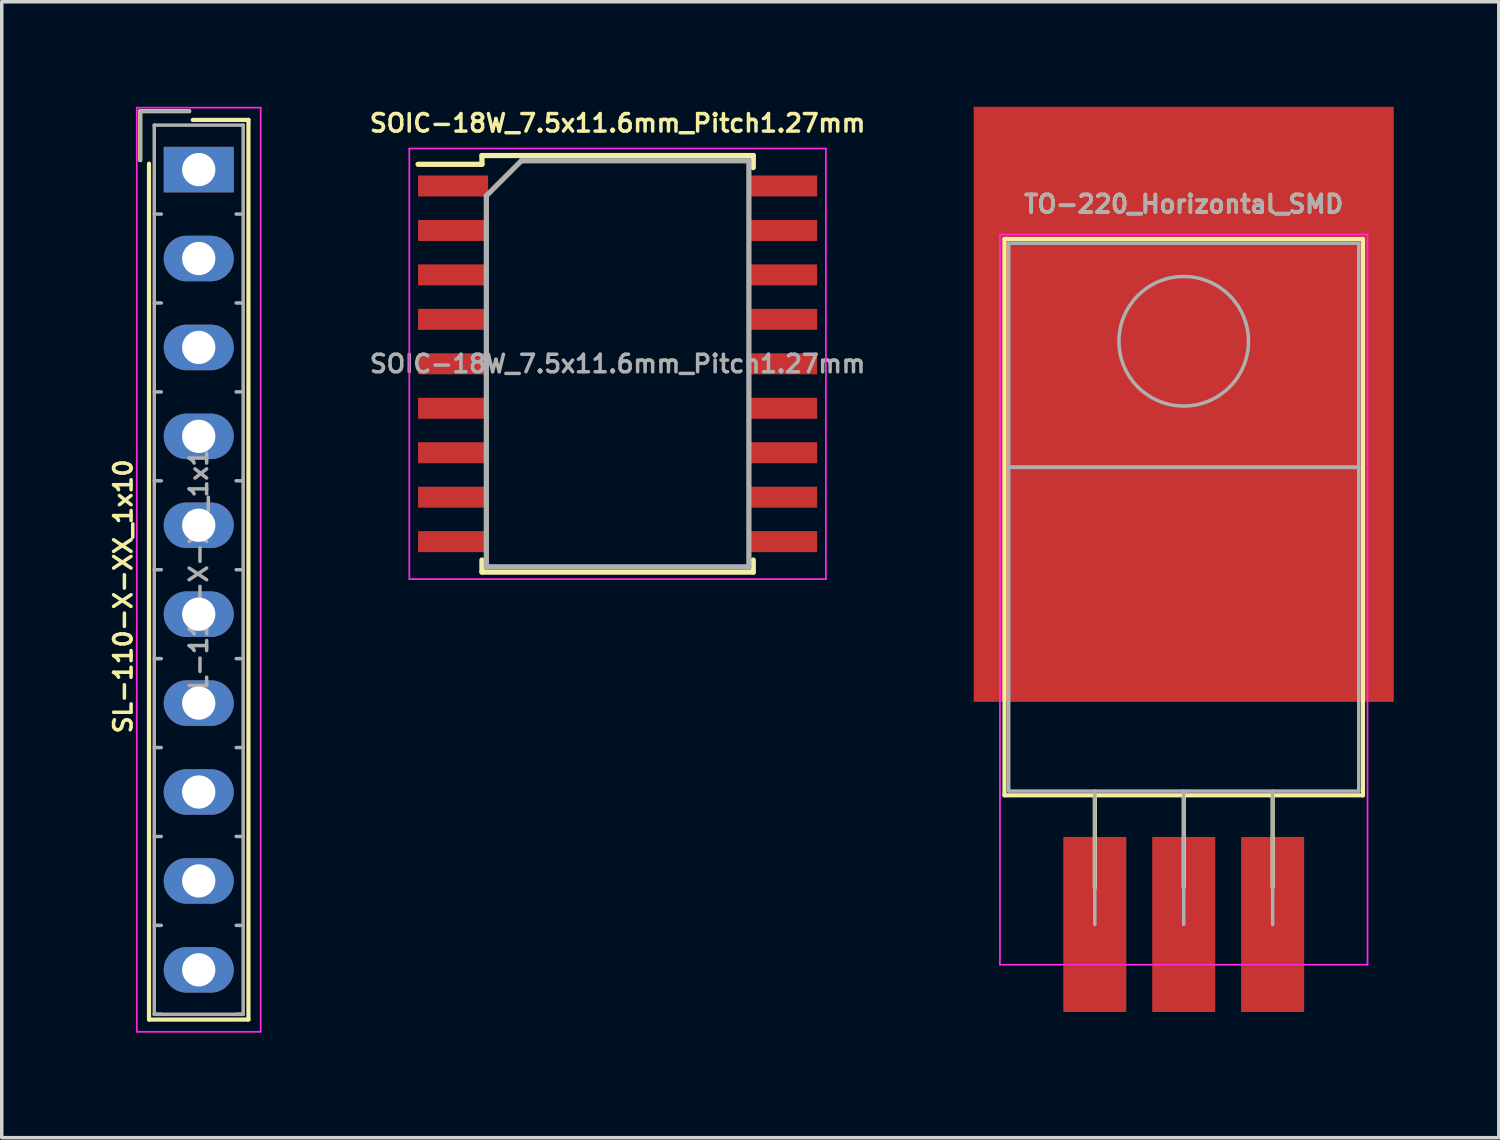
<source format=kicad_pcb>
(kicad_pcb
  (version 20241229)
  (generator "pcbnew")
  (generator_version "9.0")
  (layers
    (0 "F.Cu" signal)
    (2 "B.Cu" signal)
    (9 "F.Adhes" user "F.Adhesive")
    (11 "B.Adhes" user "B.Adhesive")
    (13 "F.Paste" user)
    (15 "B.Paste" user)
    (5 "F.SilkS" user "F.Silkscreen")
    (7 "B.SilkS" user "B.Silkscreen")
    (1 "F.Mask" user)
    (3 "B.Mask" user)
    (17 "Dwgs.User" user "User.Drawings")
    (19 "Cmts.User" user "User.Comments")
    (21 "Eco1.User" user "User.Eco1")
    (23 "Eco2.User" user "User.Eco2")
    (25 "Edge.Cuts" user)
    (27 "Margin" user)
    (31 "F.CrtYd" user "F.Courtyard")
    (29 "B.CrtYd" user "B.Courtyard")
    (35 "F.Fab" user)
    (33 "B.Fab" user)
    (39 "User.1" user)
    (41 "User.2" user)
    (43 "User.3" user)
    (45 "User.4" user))
  (footprint "SL-110-X-XX_1x10"
    (layer "F.Cu")
    (at 2.627 1.795)
    (property "Reference" "SL-110-X-XX_1x10" (at -2.159 12.192 90) (layer "F.SilkS") (effects (font (size 0.5 0.5) (thickness 0.1))))
    (attr through_hole)
    (fp_line (start -1.67 -1.67) (end -1.67 -0.27) (stroke (width 0.12) (type solid)) (layer "F.SilkS"))
    (fp_line (start -1.42 24.28) (end -1.42 -0.17) (stroke (width 0.12) (type solid)) (layer "F.SilkS"))
    (fp_line (start -0.27 -1.67) (end -1.67 -1.67) (stroke (width 0.12) (type solid)) (layer "F.SilkS"))
    (fp_line (start -0.17 -1.42) (end 1.42 -1.42) (stroke (width 0.12) (type solid)) (layer "F.SilkS"))
    (fp_line (start 1.42 -1.42) (end 1.42 24.28) (stroke (width 0.12) (type solid)) (layer "F.SilkS"))
    (fp_line (start 1.42 24.28) (end -1.42 24.28) (stroke (width 0.12) (type solid)) (layer "F.SilkS"))
    (fp_line (start -1.77 -1.77) (end -1.77 24.63) (stroke (width 0.05) (type solid)) (layer "F.CrtYd"))
    (fp_line (start -1.77 24.63) (end 1.77 24.63) (stroke (width 0.05) (type solid)) (layer "F.CrtYd"))
    (fp_line (start 1.77 -1.77) (end -1.77 -1.77) (stroke (width 0.05) (type solid)) (layer "F.CrtYd"))
    (fp_line (start 1.77 24.63) (end 1.77 -1.77) (stroke (width 0.05) (type solid)) (layer "F.CrtYd"))
    (fp_line (start -1.67 -1.67) (end -1.67 -0.27) (stroke (width 0.1) (type solid)) (layer "F.Fab"))
    (fp_line (start -1.27 -1.27) (end -1.27 24.13) (stroke (width 0.1) (type solid)) (layer "F.Fab"))
    (fp_line (start -1.27 1.27) (end -1.07 1.27) (stroke (width 0.1) (type solid)) (layer "F.Fab"))
    (fp_line (start -1.27 3.81) (end -1.07 3.81) (stroke (width 0.1) (type solid)) (layer "F.Fab"))
    (fp_line (start -1.27 6.35) (end -1.07 6.35) (stroke (width 0.1) (type solid)) (layer "F.Fab"))
    (fp_line (start -1.27 8.89) (end -1.07 8.89) (stroke (width 0.1) (type solid)) (layer "F.Fab"))
    (fp_line (start -1.27 11.43) (end -1.07 11.43) (stroke (width 0.1) (type solid)) (layer "F.Fab"))
    (fp_line (start -1.27 13.97) (end -1.07 13.97) (stroke (width 0.1) (type solid)) (layer "F.Fab"))
    (fp_line (start -1.27 16.51) (end -1.07 16.51) (stroke (width 0.1) (type solid)) (layer "F.Fab"))
    (fp_line (start -1.27 19.05) (end -1.07 19.05) (stroke (width 0.1) (type solid)) (layer "F.Fab"))
    (fp_line (start -1.27 21.59) (end -1.07 21.59) (stroke (width 0.1) (type solid)) (layer "F.Fab"))
    (fp_line (start -1.27 24.13) (end -1.07 24.13) (stroke (width 0.1) (type solid)) (layer "F.Fab"))
    (fp_line (start -1.27 24.13) (end 1.27 24.13) (stroke (width 0.1) (type solid)) (layer "F.Fab"))
    (fp_line (start -0.27 -1.67) (end -1.67 -1.67) (stroke (width 0.1) (type solid)) (layer "F.Fab"))
    (fp_line (start 1.27 -1.27) (end -1.27 -1.27) (stroke (width 0.1) (type solid)) (layer "F.Fab"))
    (fp_line (start 1.27 1.27) (end 1.07 1.27) (stroke (width 0.1) (type solid)) (layer "F.Fab"))
    (fp_line (start 1.27 3.81) (end 1.07 3.81) (stroke (width 0.1) (type solid)) (layer "F.Fab"))
    (fp_line (start 1.27 6.35) (end 1.07 6.35) (stroke (width 0.1) (type solid)) (layer "F.Fab"))
    (fp_line (start 1.27 8.89) (end 1.07 8.89) (stroke (width 0.1) (type solid)) (layer "F.Fab"))
    (fp_line (start 1.27 11.43) (end 1.07 11.43) (stroke (width 0.1) (type solid)) (layer "F.Fab"))
    (fp_line (start 1.27 13.97) (end 1.07 13.97) (stroke (width 0.1) (type solid)) (layer "F.Fab"))
    (fp_line (start 1.27 16.51) (end 1.07 16.51) (stroke (width 0.1) (type solid)) (layer "F.Fab"))
    (fp_line (start 1.27 19.05) (end 1.07 19.05) (stroke (width 0.1) (type solid)) (layer "F.Fab"))
    (fp_line (start 1.27 21.59) (end 1.07 21.59) (stroke (width 0.1) (type solid)) (layer "F.Fab"))
    (fp_line (start 1.27 24.13) (end 1.07 24.13) (stroke (width 0.1) (type solid)) (layer "F.Fab"))
    (fp_line (start 1.27 24.13) (end 1.27 -1.27) (stroke (width 0.1) (type solid)) (layer "F.Fab"))
    (fp_text user "${REFERENCE}" (at 0 11.43 90) (layer "F.Fab") (effects (font (size 0.5 0.5) (thickness 0.1))))
    (pad "1" thru_hole rect (at 0 0) (size 2 1.3) (drill 0.95) (layers "*.Cu" "*.Mask"))
    (pad "2" thru_hole oval (at 0 2.54) (size 2 1.3) (drill 0.95) (layers "*.Cu" "*.Mask"))
    (pad "3" thru_hole oval (at 0 5.08) (size 2 1.3) (drill 0.95) (layers "*.Cu" "*.Mask"))
    (pad "4" thru_hole oval (at 0 7.62) (size 2 1.3) (drill 0.95) (layers "*.Cu" "*.Mask"))
    (pad "5" thru_hole oval (at 0 10.16) (size 2 1.3) (drill 0.95) (layers "*.Cu" "*.Mask"))
    (pad "6" thru_hole oval (at 0 12.7) (size 2 1.3) (drill 0.95) (layers "*.Cu" "*.Mask"))
    (pad "7" thru_hole oval (at 0 15.24) (size 2 1.3) (drill 0.95) (layers "*.Cu" "*.Mask"))
    (pad "8" thru_hole oval (at 0 17.78) (size 2 1.3) (drill 0.95) (layers "*.Cu" "*.Mask"))
    (pad "9" thru_hole oval (at 0 20.32) (size 2 1.3) (drill 0.95) (layers "*.Cu" "*.Mask"))
    (pad "10" thru_hole oval (at 0 22.86) (size 2 1.3) (drill 0.95) (layers "*.Cu" "*.Mask")))
  (footprint "TO-220_Horizontal_SMD"
    (layer "F.Cu")
    (at 28.225 23.359)
    (property "Reference" "TO-220_Horizontal_SMD" (at 2.54 -20.58 0) (layer "F.SilkS") (effects (font (size 0.5 0.5) (thickness 0.1))))
    (attr through_hole)
    (fp_line (start -2.58 -19.58) (end -2.58 -3.69) (stroke (width 0.12) (type solid)) (layer "F.SilkS"))
    (fp_line (start -2.58 -19.58) (end 7.66 -19.58) (stroke (width 0.12) (type solid)) (layer "F.SilkS"))
    (fp_line (start -2.58 -3.69) (end 7.66 -3.69) (stroke (width 0.12) (type solid)) (layer "F.SilkS"))
    (fp_line (start 0 -3.69) (end 0 -1.05) (stroke (width 0.12) (type solid)) (layer "F.SilkS"))
    (fp_line (start 2.54 -3.69) (end 2.54 -1.066) (stroke (width 0.12) (type solid)) (layer "F.SilkS"))
    (fp_line (start 5.08 -3.69) (end 5.08 -1.066) (stroke (width 0.12) (type solid)) (layer "F.SilkS"))
    (fp_line (start 7.66 -19.58) (end 7.66 -3.69) (stroke (width 0.12) (type solid)) (layer "F.SilkS"))
    (fp_line (start -2.71 -19.71) (end -2.71 1.15) (stroke (width 0.05) (type solid)) (layer "F.CrtYd"))
    (fp_line (start -2.71 1.15) (end 7.79 1.15) (stroke (width 0.05) (type solid)) (layer "F.CrtYd"))
    (fp_line (start 7.79 -19.71) (end -2.71 -19.71) (stroke (width 0.05) (type solid)) (layer "F.CrtYd"))
    (fp_line (start 7.79 1.15) (end 7.79 -19.71) (stroke (width 0.05) (type solid)) (layer "F.CrtYd"))
    (fp_line (start -2.46 -19.46) (end 7.54 -19.46) (stroke (width 0.1) (type solid)) (layer "F.Fab"))
    (fp_line (start -2.46 -13.06) (end -2.46 -19.46) (stroke (width 0.1) (type solid)) (layer "F.Fab"))
    (fp_line (start -2.46 -13.06) (end 7.54 -13.06) (stroke (width 0.1) (type solid)) (layer "F.Fab"))
    (fp_line (start -2.46 -3.81) (end -2.46 -13.06) (stroke (width 0.1) (type solid)) (layer "F.Fab"))
    (fp_line (start 0 -3.81) (end 0 0) (stroke (width 0.1) (type solid)) (layer "F.Fab"))
    (fp_line (start 2.54 -3.81) (end 2.54 0) (stroke (width 0.1) (type solid)) (layer "F.Fab"))
    (fp_line (start 5.08 -3.81) (end 5.08 0) (stroke (width 0.1) (type solid)) (layer "F.Fab"))
    (fp_line (start 7.54 -19.46) (end 7.54 -13.06) (stroke (width 0.1) (type solid)) (layer "F.Fab"))
    (fp_line (start 7.54 -13.06) (end -2.46 -13.06) (stroke (width 0.1) (type solid)) (layer "F.Fab"))
    (fp_line (start 7.54 -13.06) (end 7.54 -3.81) (stroke (width 0.1) (type solid)) (layer "F.Fab"))
    (fp_line (start 7.54 -3.81) (end -2.46 -3.81) (stroke (width 0.1) (type solid)) (layer "F.Fab"))
    (fp_circle (center 2.54 -16.66) (end 4.39 -16.66) (stroke (width 0.1) (type solid)) (fill no) (layer "F.Fab"))
    (fp_text user "${REFERENCE}" (at 2.54 -20.58 0) (layer "F.Fab") (effects (font (size 0.5 0.5) (thickness 0.1))))
    (pad "1" smd rect (at 0 0) (size 1.8 5) (layers "F.Cu" "F.Mask" "F.Paste"))
    (pad "2" smd rect (at 2.54 -14.859) (size 12 17) (layers "F.Cu" "F.Mask" "F.Paste"))
    (pad "2" smd rect (at 2.54 0) (size 1.8 5) (layers "F.Cu" "F.Mask" "F.Paste"))
    (pad "3" smd rect (at 5.08 0) (size 1.8 5) (layers "F.Cu" "F.Mask" "F.Paste")))
  (footprint "SOIC-18W_7.5x11.6mm_Pitch1.27mm"
    (layer "F.Cu")
    (at 14.593 7.343)
    (property "Reference" "SOIC-18W_7.5x11.6mm_Pitch1.27mm" (at 0 -6.875 0) (layer "F.SilkS") (effects (font (size 0.5 0.5) (thickness 0.1))))
    (attr smd)
    (fp_line (start -3.875 -5.95) (end -3.875 -5.7) (stroke (width 0.15) (type solid)) (layer "F.SilkS"))
    (fp_line (start -3.875 -5.95) (end 3.875 -5.95) (stroke (width 0.15) (type solid)) (layer "F.SilkS"))
    (fp_line (start -3.875 -5.7) (end -5.7 -5.7) (stroke (width 0.15) (type solid)) (layer "F.SilkS"))
    (fp_line (start -3.875 5.95) (end -3.875 5.605) (stroke (width 0.15) (type solid)) (layer "F.SilkS"))
    (fp_line (start -3.875 5.95) (end 3.875 5.95) (stroke (width 0.15) (type solid)) (layer "F.SilkS"))
    (fp_line (start 3.875 -5.95) (end 3.875 -5.605) (stroke (width 0.15) (type solid)) (layer "F.SilkS"))
    (fp_line (start 3.875 5.95) (end 3.875 5.605) (stroke (width 0.15) (type solid)) (layer "F.SilkS"))
    (fp_line (start -5.95 -6.15) (end -5.95 6.15) (stroke (width 0.05) (type solid)) (layer "F.CrtYd"))
    (fp_line (start -5.95 -6.15) (end 5.95 -6.15) (stroke (width 0.05) (type solid)) (layer "F.CrtYd"))
    (fp_line (start -5.95 6.15) (end 5.95 6.15) (stroke (width 0.05) (type solid)) (layer "F.CrtYd"))
    (fp_line (start 5.95 -6.15) (end 5.95 6.15) (stroke (width 0.05) (type solid)) (layer "F.CrtYd"))
    (fp_line (start -3.75 -4.8) (end -2.75 -5.8) (stroke (width 0.15) (type solid)) (layer "F.Fab"))
    (fp_line (start -3.75 5.8) (end -3.75 -4.8) (stroke (width 0.15) (type solid)) (layer "F.Fab"))
    (fp_line (start -2.75 -5.8) (end 3.75 -5.8) (stroke (width 0.15) (type solid)) (layer "F.Fab"))
    (fp_line (start 3.75 -5.8) (end 3.75 5.8) (stroke (width 0.15) (type solid)) (layer "F.Fab"))
    (fp_line (start 3.75 5.8) (end -3.75 5.8) (stroke (width 0.15) (type solid)) (layer "F.Fab"))
    (fp_text user "${REFERENCE}" (at 0 0 0) (layer "F.Fab") (effects (font (size 0.5 0.5) (thickness 0.1))))
    (pad "1" smd rect (at -4.7 -5.08) (size 2 0.6) (layers "F.Cu" "F.Mask" "F.Paste"))
    (pad "2" smd rect (at -4.7 -3.81) (size 2 0.6) (layers "F.Cu" "F.Mask" "F.Paste"))
    (pad "3" smd rect (at -4.7 -2.54) (size 2 0.6) (layers "F.Cu" "F.Mask" "F.Paste"))
    (pad "4" smd rect (at -4.7 -1.27) (size 2 0.6) (layers "F.Cu" "F.Mask" "F.Paste"))
    (pad "5" smd rect (at -4.7 0) (size 2 0.6) (layers "F.Cu" "F.Mask" "F.Paste"))
    (pad "6" smd rect (at -4.7 1.27) (size 2 0.6) (layers "F.Cu" "F.Mask" "F.Paste"))
    (pad "7" smd rect (at -4.7 2.54) (size 2 0.6) (layers "F.Cu" "F.Mask" "F.Paste"))
    (pad "8" smd rect (at -4.7 3.81) (size 2 0.6) (layers "F.Cu" "F.Mask" "F.Paste"))
    (pad "9" smd rect (at -4.7 5.08) (size 2 0.6) (layers "F.Cu" "F.Mask" "F.Paste"))
    (pad "10" smd rect (at 4.7 5.08) (size 2 0.6) (layers "F.Cu" "F.Mask" "F.Paste"))
    (pad "11" smd rect (at 4.7 3.81) (size 2 0.6) (layers "F.Cu" "F.Mask" "F.Paste"))
    (pad "12" smd rect (at 4.7 2.54) (size 2 0.6) (layers "F.Cu" "F.Mask" "F.Paste"))
    (pad "13" smd rect (at 4.7 1.27) (size 2 0.6) (layers "F.Cu" "F.Mask" "F.Paste"))
    (pad "14" smd rect (at 4.7 0) (size 2 0.6) (layers "F.Cu" "F.Mask" "F.Paste"))
    (pad "15" smd rect (at 4.7 -1.27) (size 2 0.6) (layers "F.Cu" "F.Mask" "F.Paste"))
    (pad "16" smd rect (at 4.7 -2.54) (size 2 0.6) (layers "F.Cu" "F.Mask" "F.Paste"))
    (pad "17" smd rect (at 4.7 -3.81) (size 2 0.6) (layers "F.Cu" "F.Mask" "F.Paste"))
    (pad "18" smd rect (at 4.7 -5.08) (size 2 0.6) (layers "F.Cu" "F.Mask" "F.Paste")))
  (gr_rect
    (start -3 -3)
    (end 39.765 29.45)
    (stroke (width 0.1) (type default))
    (fill no)
    (layer "Edge.Cuts")))
</source>
